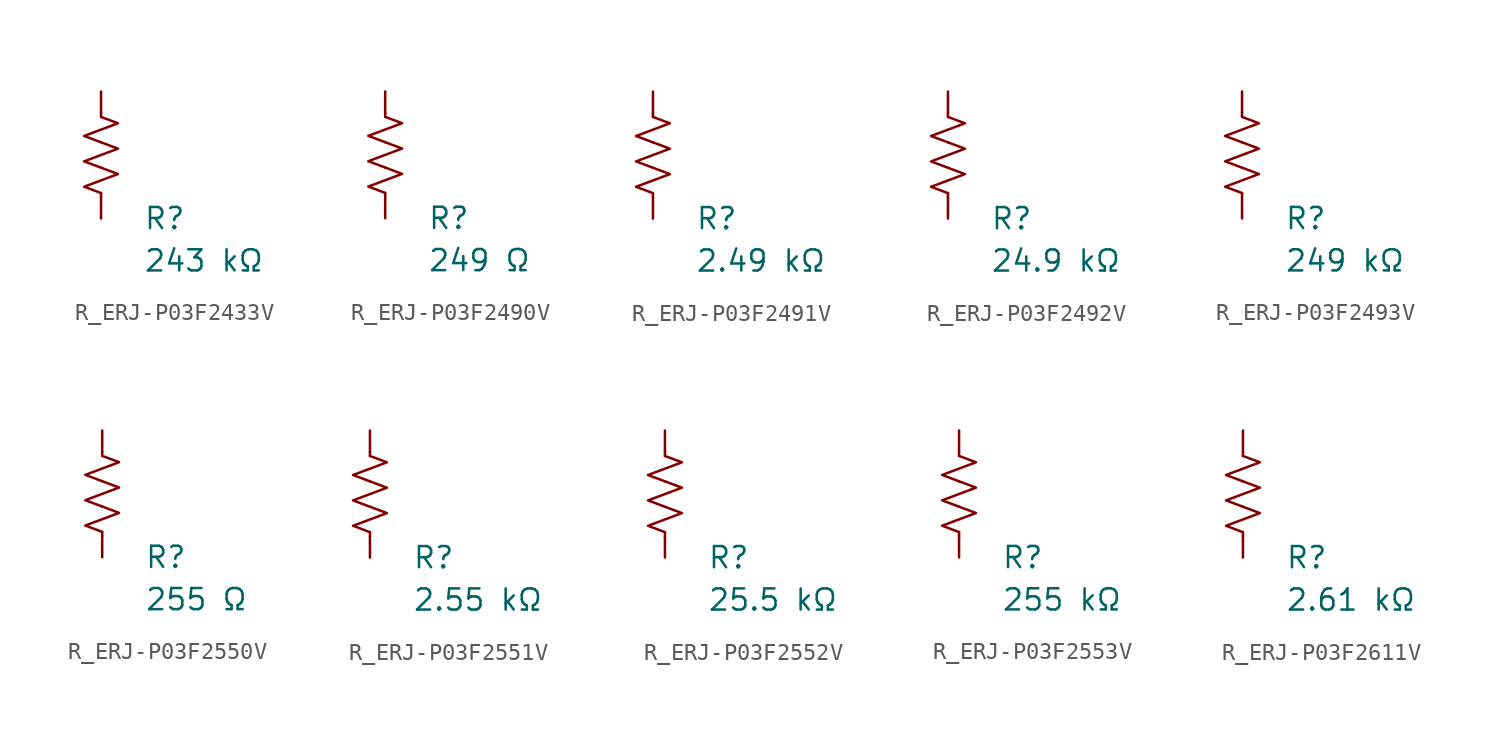
<source format=kicad_sym>
(kicad_symbol_lib
  (version 20231120)
  (generator "kicad_symbol_editor")
  (generator_version "8.0")
  (symbol "R_ERJ-P03F2433V"
    (pin_numbers hide)
    (pin_names
      (offset 0))
    (property "Reference" "R"
      (at 2.54 -3.81 0)
      (effects (font (size 1.27 1.27)) (justify left))
      (show_name no))
    (property "Value" "243 kΩ"
      (at 2.54 -6.35 0)
      (effects (font (size 1.27 1.27)) (justify left))
      (show_name no))
    (symbol "R_ERJ-P03F2433V_0_1"
      (polyline (pts (xy 0 -2.286) (xy 0 -2.54)) (stroke (width 0) (type default)) (fill (type none)))
      (polyline (pts (xy 0 2.286) (xy 0 2.54)) (stroke (width 0) (type default)) (fill (type none)))
      (polyline (pts (xy 0 -0.762) (xy 1.016 -1.143) (xy 0 -1.524) (xy -1.016 -1.905) (xy 0 -2.286)) (stroke (width 0) (type default)) (fill (type none)))
      (polyline (pts (xy 0 0.762) (xy 1.016 0.381) (xy 0 0) (xy -1.016 -0.381) (xy 0 -0.762)) (stroke (width 0) (type default)) (fill (type none)))
      (polyline (pts (xy 0 2.286) (xy 1.016 1.905) (xy 0 1.524) (xy -1.016 1.143) (xy 0 0.762)) (stroke (width 0) (type default)) (fill (type none))))
    (symbol "R_ERJ-P03F2433V_1_1"
      (pin passive line (at 0 3.81 270) (length 1.27) (name "~" (effects (font (size 1.27 1.27)))) (number "1" (effects (font (size 1.27 1.27)))))
      (pin passive line (at 0 -3.81 90) (length 1.27) (name "~" (effects (font (size 1.27 1.27)))) (number "2" (effects (font (size 1.27 1.27)))))))
  (symbol "R_ERJ-P03F2490V"
    (pin_numbers hide)
    (pin_names
      (offset 0))
    (property "Reference" "R"
      (at 2.54 -3.81 0)
      (effects (font (size 1.27 1.27)) (justify left))
      (show_name no))
    (property "Value" "249 Ω"
      (at 2.54 -6.35 0)
      (effects (font (size 1.27 1.27)) (justify left))
      (show_name no))
    (symbol "R_ERJ-P03F2490V_0_1"
      (polyline (pts (xy 0 -2.286) (xy 0 -2.54)) (stroke (width 0) (type default)) (fill (type none)))
      (polyline (pts (xy 0 2.286) (xy 0 2.54)) (stroke (width 0) (type default)) (fill (type none)))
      (polyline (pts (xy 0 -0.762) (xy 1.016 -1.143) (xy 0 -1.524) (xy -1.016 -1.905) (xy 0 -2.286)) (stroke (width 0) (type default)) (fill (type none)))
      (polyline (pts (xy 0 0.762) (xy 1.016 0.381) (xy 0 0) (xy -1.016 -0.381) (xy 0 -0.762)) (stroke (width 0) (type default)) (fill (type none)))
      (polyline (pts (xy 0 2.286) (xy 1.016 1.905) (xy 0 1.524) (xy -1.016 1.143) (xy 0 0.762)) (stroke (width 0) (type default)) (fill (type none))))
    (symbol "R_ERJ-P03F2490V_1_1"
      (pin passive line (at 0 3.81 270) (length 1.27) (name "~" (effects (font (size 1.27 1.27)))) (number "1" (effects (font (size 1.27 1.27)))))
      (pin passive line (at 0 -3.81 90) (length 1.27) (name "~" (effects (font (size 1.27 1.27)))) (number "2" (effects (font (size 1.27 1.27)))))))
  (symbol "R_ERJ-P03F2491V"
    (pin_numbers hide)
    (pin_names
      (offset 0))
    (property "Reference" "R"
      (at 2.54 -3.81 0)
      (effects (font (size 1.27 1.27)) (justify left))
      (show_name no))
    (property "Value" "2.49 kΩ"
      (at 2.54 -6.35 0)
      (effects (font (size 1.27 1.27)) (justify left))
      (show_name no))
    (symbol "R_ERJ-P03F2491V_0_1"
      (polyline (pts (xy 0 -2.286) (xy 0 -2.54)) (stroke (width 0) (type default)) (fill (type none)))
      (polyline (pts (xy 0 2.286) (xy 0 2.54)) (stroke (width 0) (type default)) (fill (type none)))
      (polyline (pts (xy 0 -0.762) (xy 1.016 -1.143) (xy 0 -1.524) (xy -1.016 -1.905) (xy 0 -2.286)) (stroke (width 0) (type default)) (fill (type none)))
      (polyline (pts (xy 0 0.762) (xy 1.016 0.381) (xy 0 0) (xy -1.016 -0.381) (xy 0 -0.762)) (stroke (width 0) (type default)) (fill (type none)))
      (polyline (pts (xy 0 2.286) (xy 1.016 1.905) (xy 0 1.524) (xy -1.016 1.143) (xy 0 0.762)) (stroke (width 0) (type default)) (fill (type none))))
    (symbol "R_ERJ-P03F2491V_1_1"
      (pin passive line (at 0 3.81 270) (length 1.27) (name "~" (effects (font (size 1.27 1.27)))) (number "1" (effects (font (size 1.27 1.27)))))
      (pin passive line (at 0 -3.81 90) (length 1.27) (name "~" (effects (font (size 1.27 1.27)))) (number "2" (effects (font (size 1.27 1.27)))))))
  (symbol "R_ERJ-P03F2492V"
    (pin_numbers hide)
    (pin_names
      (offset 0))
    (property "Reference" "R"
      (at 2.54 -3.81 0)
      (effects (font (size 1.27 1.27)) (justify left))
      (show_name no))
    (property "Value" "24.9 kΩ"
      (at 2.54 -6.35 0)
      (effects (font (size 1.27 1.27)) (justify left))
      (show_name no))
    (symbol "R_ERJ-P03F2492V_0_1"
      (polyline (pts (xy 0 -2.286) (xy 0 -2.54)) (stroke (width 0) (type default)) (fill (type none)))
      (polyline (pts (xy 0 2.286) (xy 0 2.54)) (stroke (width 0) (type default)) (fill (type none)))
      (polyline (pts (xy 0 -0.762) (xy 1.016 -1.143) (xy 0 -1.524) (xy -1.016 -1.905) (xy 0 -2.286)) (stroke (width 0) (type default)) (fill (type none)))
      (polyline (pts (xy 0 0.762) (xy 1.016 0.381) (xy 0 0) (xy -1.016 -0.381) (xy 0 -0.762)) (stroke (width 0) (type default)) (fill (type none)))
      (polyline (pts (xy 0 2.286) (xy 1.016 1.905) (xy 0 1.524) (xy -1.016 1.143) (xy 0 0.762)) (stroke (width 0) (type default)) (fill (type none))))
    (symbol "R_ERJ-P03F2492V_1_1"
      (pin passive line (at 0 3.81 270) (length 1.27) (name "~" (effects (font (size 1.27 1.27)))) (number "1" (effects (font (size 1.27 1.27)))))
      (pin passive line (at 0 -3.81 90) (length 1.27) (name "~" (effects (font (size 1.27 1.27)))) (number "2" (effects (font (size 1.27 1.27)))))))
  (symbol "R_ERJ-P03F2493V"
    (pin_numbers hide)
    (pin_names
      (offset 0))
    (property "Reference" "R"
      (at 2.54 -3.81 0)
      (effects (font (size 1.27 1.27)) (justify left))
      (show_name no))
    (property "Value" "249 kΩ"
      (at 2.54 -6.35 0)
      (effects (font (size 1.27 1.27)) (justify left))
      (show_name no))
    (symbol "R_ERJ-P03F2493V_0_1"
      (polyline (pts (xy 0 -2.286) (xy 0 -2.54)) (stroke (width 0) (type default)) (fill (type none)))
      (polyline (pts (xy 0 2.286) (xy 0 2.54)) (stroke (width 0) (type default)) (fill (type none)))
      (polyline (pts (xy 0 -0.762) (xy 1.016 -1.143) (xy 0 -1.524) (xy -1.016 -1.905) (xy 0 -2.286)) (stroke (width 0) (type default)) (fill (type none)))
      (polyline (pts (xy 0 0.762) (xy 1.016 0.381) (xy 0 0) (xy -1.016 -0.381) (xy 0 -0.762)) (stroke (width 0) (type default)) (fill (type none)))
      (polyline (pts (xy 0 2.286) (xy 1.016 1.905) (xy 0 1.524) (xy -1.016 1.143) (xy 0 0.762)) (stroke (width 0) (type default)) (fill (type none))))
    (symbol "R_ERJ-P03F2493V_1_1"
      (pin passive line (at 0 3.81 270) (length 1.27) (name "~" (effects (font (size 1.27 1.27)))) (number "1" (effects (font (size 1.27 1.27)))))
      (pin passive line (at 0 -3.81 90) (length 1.27) (name "~" (effects (font (size 1.27 1.27)))) (number "2" (effects (font (size 1.27 1.27)))))))
  (symbol "R_ERJ-P03F2550V"
    (pin_numbers hide)
    (pin_names
      (offset 0))
    (property "Reference" "R"
      (at 2.54 -3.81 0)
      (effects (font (size 1.27 1.27)) (justify left))
      (show_name no))
    (property "Value" "255 Ω"
      (at 2.54 -6.35 0)
      (effects (font (size 1.27 1.27)) (justify left))
      (show_name no))
    (symbol "R_ERJ-P03F2550V_0_1"
      (polyline (pts (xy 0 -2.286) (xy 0 -2.54)) (stroke (width 0) (type default)) (fill (type none)))
      (polyline (pts (xy 0 2.286) (xy 0 2.54)) (stroke (width 0) (type default)) (fill (type none)))
      (polyline (pts (xy 0 -0.762) (xy 1.016 -1.143) (xy 0 -1.524) (xy -1.016 -1.905) (xy 0 -2.286)) (stroke (width 0) (type default)) (fill (type none)))
      (polyline (pts (xy 0 0.762) (xy 1.016 0.381) (xy 0 0) (xy -1.016 -0.381) (xy 0 -0.762)) (stroke (width 0) (type default)) (fill (type none)))
      (polyline (pts (xy 0 2.286) (xy 1.016 1.905) (xy 0 1.524) (xy -1.016 1.143) (xy 0 0.762)) (stroke (width 0) (type default)) (fill (type none))))
    (symbol "R_ERJ-P03F2550V_1_1"
      (pin passive line (at 0 3.81 270) (length 1.27) (name "~" (effects (font (size 1.27 1.27)))) (number "1" (effects (font (size 1.27 1.27)))))
      (pin passive line (at 0 -3.81 90) (length 1.27) (name "~" (effects (font (size 1.27 1.27)))) (number "2" (effects (font (size 1.27 1.27)))))))
  (symbol "R_ERJ-P03F2551V"
    (pin_numbers hide)
    (pin_names
      (offset 0))
    (property "Reference" "R"
      (at 2.54 -3.81 0)
      (effects (font (size 1.27 1.27)) (justify left))
      (show_name no))
    (property "Value" "2.55 kΩ"
      (at 2.54 -6.35 0)
      (effects (font (size 1.27 1.27)) (justify left))
      (show_name no))
    (symbol "R_ERJ-P03F2551V_0_1"
      (polyline (pts (xy 0 -2.286) (xy 0 -2.54)) (stroke (width 0) (type default)) (fill (type none)))
      (polyline (pts (xy 0 2.286) (xy 0 2.54)) (stroke (width 0) (type default)) (fill (type none)))
      (polyline (pts (xy 0 -0.762) (xy 1.016 -1.143) (xy 0 -1.524) (xy -1.016 -1.905) (xy 0 -2.286)) (stroke (width 0) (type default)) (fill (type none)))
      (polyline (pts (xy 0 0.762) (xy 1.016 0.381) (xy 0 0) (xy -1.016 -0.381) (xy 0 -0.762)) (stroke (width 0) (type default)) (fill (type none)))
      (polyline (pts (xy 0 2.286) (xy 1.016 1.905) (xy 0 1.524) (xy -1.016 1.143) (xy 0 0.762)) (stroke (width 0) (type default)) (fill (type none))))
    (symbol "R_ERJ-P03F2551V_1_1"
      (pin passive line (at 0 3.81 270) (length 1.27) (name "~" (effects (font (size 1.27 1.27)))) (number "1" (effects (font (size 1.27 1.27)))))
      (pin passive line (at 0 -3.81 90) (length 1.27) (name "~" (effects (font (size 1.27 1.27)))) (number "2" (effects (font (size 1.27 1.27)))))))
  (symbol "R_ERJ-P03F2552V"
    (pin_numbers hide)
    (pin_names
      (offset 0))
    (property "Reference" "R"
      (at 2.54 -3.81 0)
      (effects (font (size 1.27 1.27)) (justify left))
      (show_name no))
    (property "Value" "25.5 kΩ"
      (at 2.54 -6.35 0)
      (effects (font (size 1.27 1.27)) (justify left))
      (show_name no))
    (symbol "R_ERJ-P03F2552V_0_1"
      (polyline (pts (xy 0 -2.286) (xy 0 -2.54)) (stroke (width 0) (type default)) (fill (type none)))
      (polyline (pts (xy 0 2.286) (xy 0 2.54)) (stroke (width 0) (type default)) (fill (type none)))
      (polyline (pts (xy 0 -0.762) (xy 1.016 -1.143) (xy 0 -1.524) (xy -1.016 -1.905) (xy 0 -2.286)) (stroke (width 0) (type default)) (fill (type none)))
      (polyline (pts (xy 0 0.762) (xy 1.016 0.381) (xy 0 0) (xy -1.016 -0.381) (xy 0 -0.762)) (stroke (width 0) (type default)) (fill (type none)))
      (polyline (pts (xy 0 2.286) (xy 1.016 1.905) (xy 0 1.524) (xy -1.016 1.143) (xy 0 0.762)) (stroke (width 0) (type default)) (fill (type none))))
    (symbol "R_ERJ-P03F2552V_1_1"
      (pin passive line (at 0 3.81 270) (length 1.27) (name "~" (effects (font (size 1.27 1.27)))) (number "1" (effects (font (size 1.27 1.27)))))
      (pin passive line (at 0 -3.81 90) (length 1.27) (name "~" (effects (font (size 1.27 1.27)))) (number "2" (effects (font (size 1.27 1.27)))))))
  (symbol "R_ERJ-P03F2553V"
    (pin_numbers hide)
    (pin_names
      (offset 0))
    (property "Reference" "R"
      (at 2.54 -3.81 0)
      (effects (font (size 1.27 1.27)) (justify left))
      (show_name no))
    (property "Value" "255 kΩ"
      (at 2.54 -6.35 0)
      (effects (font (size 1.27 1.27)) (justify left))
      (show_name no))
    (symbol "R_ERJ-P03F2553V_0_1"
      (polyline (pts (xy 0 -2.286) (xy 0 -2.54)) (stroke (width 0) (type default)) (fill (type none)))
      (polyline (pts (xy 0 2.286) (xy 0 2.54)) (stroke (width 0) (type default)) (fill (type none)))
      (polyline (pts (xy 0 -0.762) (xy 1.016 -1.143) (xy 0 -1.524) (xy -1.016 -1.905) (xy 0 -2.286)) (stroke (width 0) (type default)) (fill (type none)))
      (polyline (pts (xy 0 0.762) (xy 1.016 0.381) (xy 0 0) (xy -1.016 -0.381) (xy 0 -0.762)) (stroke (width 0) (type default)) (fill (type none)))
      (polyline (pts (xy 0 2.286) (xy 1.016 1.905) (xy 0 1.524) (xy -1.016 1.143) (xy 0 0.762)) (stroke (width 0) (type default)) (fill (type none))))
    (symbol "R_ERJ-P03F2553V_1_1"
      (pin passive line (at 0 3.81 270) (length 1.27) (name "~" (effects (font (size 1.27 1.27)))) (number "1" (effects (font (size 1.27 1.27)))))
      (pin passive line (at 0 -3.81 90) (length 1.27) (name "~" (effects (font (size 1.27 1.27)))) (number "2" (effects (font (size 1.27 1.27)))))))
  (symbol "R_ERJ-P03F2611V"
    (pin_numbers hide)
    (pin_names
      (offset 0))
    (property "Reference" "R"
      (at 2.54 -3.81 0)
      (effects (font (size 1.27 1.27)) (justify left))
      (show_name no))
    (property "Value" "2.61 kΩ"
      (at 2.54 -6.35 0)
      (effects (font (size 1.27 1.27)) (justify left))
      (show_name no))
    (symbol "R_ERJ-P03F2611V_0_1"
      (polyline (pts (xy 0 -2.286) (xy 0 -2.54)) (stroke (width 0) (type default)) (fill (type none)))
      (polyline (pts (xy 0 2.286) (xy 0 2.54)) (stroke (width 0) (type default)) (fill (type none)))
      (polyline (pts (xy 0 -0.762) (xy 1.016 -1.143) (xy 0 -1.524) (xy -1.016 -1.905) (xy 0 -2.286)) (stroke (width 0) (type default)) (fill (type none)))
      (polyline (pts (xy 0 0.762) (xy 1.016 0.381) (xy 0 0) (xy -1.016 -0.381) (xy 0 -0.762)) (stroke (width 0) (type default)) (fill (type none)))
      (polyline (pts (xy 0 2.286) (xy 1.016 1.905) (xy 0 1.524) (xy -1.016 1.143) (xy 0 0.762)) (stroke (width 0) (type default)) (fill (type none))))
    (symbol "R_ERJ-P03F2611V_1_1"
      (pin passive line (at 0 3.81 270) (length 1.27) (name "~" (effects (font (size 1.27 1.27)))) (number "1" (effects (font (size 1.27 1.27)))))
      (pin passive line (at 0 -3.81 90) (length 1.27) (name "~" (effects (font (size 1.27 1.27)))) (number "2" (effects (font (size 1.27 1.27))))))))
</source>
